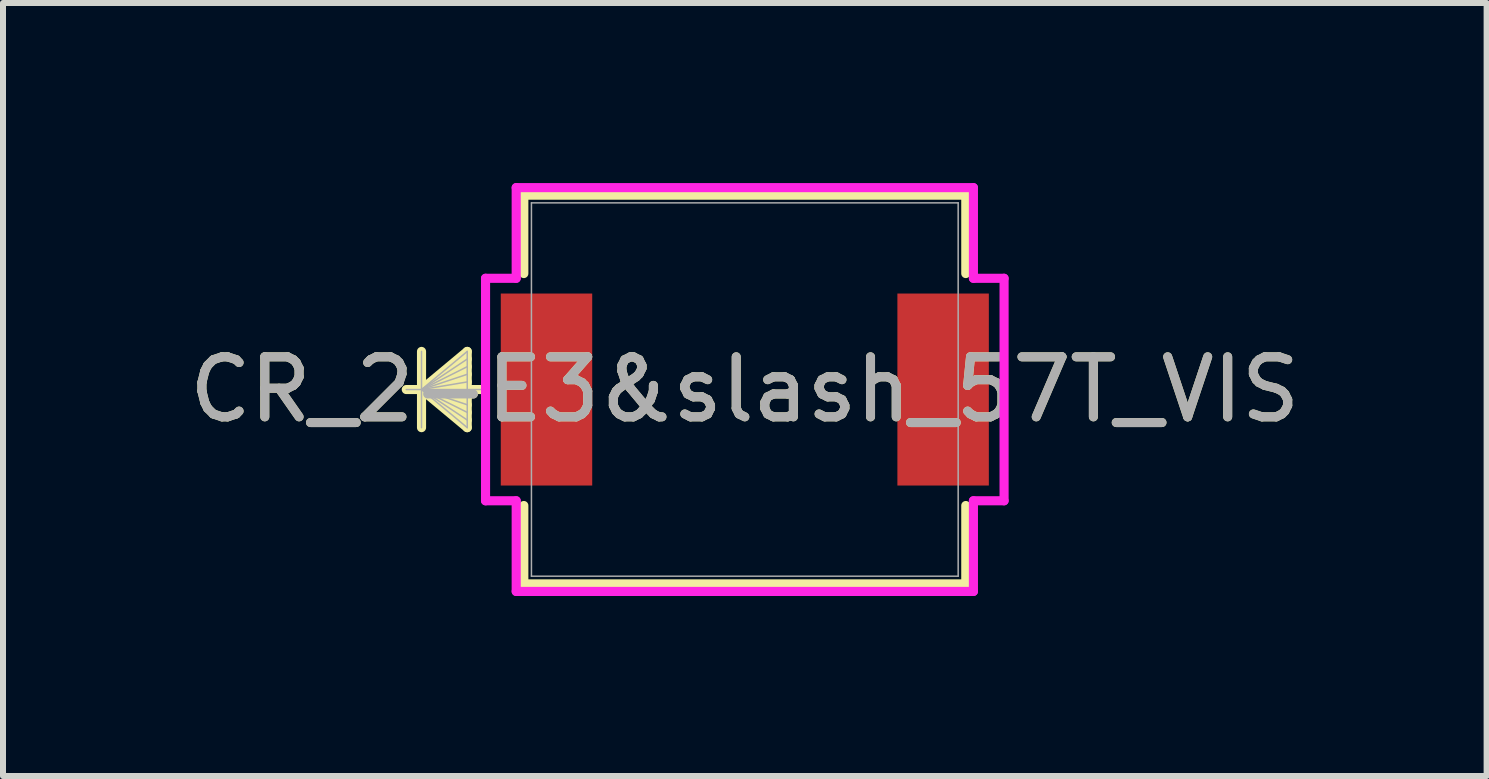
<source format=kicad_pcb>
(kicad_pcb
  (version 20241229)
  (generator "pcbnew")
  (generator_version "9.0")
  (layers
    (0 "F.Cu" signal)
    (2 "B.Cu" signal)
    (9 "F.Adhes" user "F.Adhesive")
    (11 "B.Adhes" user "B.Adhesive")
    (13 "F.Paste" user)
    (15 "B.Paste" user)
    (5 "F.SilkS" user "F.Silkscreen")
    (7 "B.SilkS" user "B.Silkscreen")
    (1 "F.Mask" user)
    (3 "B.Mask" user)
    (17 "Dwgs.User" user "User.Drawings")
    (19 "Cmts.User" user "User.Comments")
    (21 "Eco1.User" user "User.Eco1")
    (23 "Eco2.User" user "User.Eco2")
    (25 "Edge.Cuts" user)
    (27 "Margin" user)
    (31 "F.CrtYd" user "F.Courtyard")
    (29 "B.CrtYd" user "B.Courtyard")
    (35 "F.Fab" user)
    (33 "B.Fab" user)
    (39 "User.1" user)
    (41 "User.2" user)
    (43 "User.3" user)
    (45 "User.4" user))
  (footprint "CR_2-E3&slash_57T_VIS"
    (layer "F.Cu")
    (at 9.363 3.442)
    (property "Reference" "CR_2-E3&slash_57T_VIS" (at 0 0 0) (unlocked yes) (layer "F.SilkS") (effects (font (size 1 1) (thickness 0.15))))
    (attr smd)
    (fp_line (start -5.388 -0.635) (end -5.388 0.635) (stroke (width 0.152) (type solid)) (layer "F.SilkS"))
    (fp_line (start -5.388 0) (end -4.626 -0.635) (stroke (width 0.152) (type solid)) (layer "F.SilkS"))
    (fp_line (start -5.388 0) (end -4.626 -0.508) (stroke (width 0.152) (type solid)) (layer "F.SilkS"))
    (fp_line (start -5.388 0) (end -4.626 -0.381) (stroke (width 0.152) (type solid)) (layer "F.SilkS"))
    (fp_line (start -5.388 0) (end -4.626 -0.254) (stroke (width 0.152) (type solid)) (layer "F.SilkS"))
    (fp_line (start -5.388 0) (end -4.626 -0.127) (stroke (width 0.152) (type solid)) (layer "F.SilkS"))
    (fp_line (start -5.388 0) (end -4.626 0.127) (stroke (width 0.152) (type solid)) (layer "F.SilkS"))
    (fp_line (start -5.388 0) (end -4.626 0.254) (stroke (width 0.152) (type solid)) (layer "F.SilkS"))
    (fp_line (start -5.388 0) (end -4.626 0.381) (stroke (width 0.152) (type solid)) (layer "F.SilkS"))
    (fp_line (start -5.388 0) (end -4.626 0.508) (stroke (width 0.152) (type solid)) (layer "F.SilkS"))
    (fp_line (start -5.388 0) (end -4.626 0.635) (stroke (width 0.152) (type solid)) (layer "F.SilkS"))
    (fp_line (start -4.626 -0.635) (end -4.626 0.635) (stroke (width 0.152) (type solid)) (layer "F.SilkS"))
    (fp_line (start -4.4 0) (end -5.642 0) (stroke (width 0.152) (type solid)) (layer "F.SilkS"))
    (fp_line (start -3.683 -3.239) (end -3.683 -1.933) (stroke (width 0.152) (type solid)) (layer "F.SilkS"))
    (fp_line (start -3.683 1.933) (end -3.683 3.239) (stroke (width 0.152) (type solid)) (layer "F.SilkS"))
    (fp_line (start -3.683 3.239) (end 3.683 3.239) (stroke (width 0.152) (type solid)) (layer "F.SilkS"))
    (fp_line (start 3.683 -3.239) (end -3.683 -3.239) (stroke (width 0.152) (type solid)) (layer "F.SilkS"))
    (fp_line (start 3.683 -1.933) (end 3.683 -3.239) (stroke (width 0.152) (type solid)) (layer "F.SilkS"))
    (fp_line (start 3.683 3.239) (end 3.683 1.933) (stroke (width 0.152) (type solid)) (layer "F.SilkS"))
    (fp_line (start -4.321 -1.854) (end -3.81 -1.854) (stroke (width 0.152) (type solid)) (layer "F.CrtYd"))
    (fp_line (start -4.321 1.854) (end -4.321 -1.854) (stroke (width 0.152) (type solid)) (layer "F.CrtYd"))
    (fp_line (start -3.81 -3.365) (end 3.81 -3.365) (stroke (width 0.152) (type solid)) (layer "F.CrtYd"))
    (fp_line (start -3.81 -1.854) (end -3.81 -3.365) (stroke (width 0.152) (type solid)) (layer "F.CrtYd"))
    (fp_line (start -3.81 1.854) (end -4.321 1.854) (stroke (width 0.152) (type solid)) (layer "F.CrtYd"))
    (fp_line (start -3.81 3.365) (end -3.81 1.854) (stroke (width 0.152) (type solid)) (layer "F.CrtYd"))
    (fp_line (start 3.81 -3.365) (end 3.81 -1.854) (stroke (width 0.152) (type solid)) (layer "F.CrtYd"))
    (fp_line (start 3.81 -1.854) (end 4.321 -1.854) (stroke (width 0.152) (type solid)) (layer "F.CrtYd"))
    (fp_line (start 3.81 1.854) (end 3.81 3.365) (stroke (width 0.152) (type solid)) (layer "F.CrtYd"))
    (fp_line (start 3.81 3.365) (end -3.81 3.365) (stroke (width 0.152) (type solid)) (layer "F.CrtYd"))
    (fp_line (start 4.321 -1.854) (end 4.321 1.854) (stroke (width 0.152) (type solid)) (layer "F.CrtYd"))
    (fp_line (start 4.321 1.854) (end 3.81 1.854) (stroke (width 0.152) (type solid)) (layer "F.CrtYd"))
    (fp_line (start -5.388 -0.635) (end -5.388 0.635) (stroke (width 0.025) (type solid)) (layer "F.Fab"))
    (fp_line (start -5.388 0) (end -4.626 -0.635) (stroke (width 0.025) (type solid)) (layer "F.Fab"))
    (fp_line (start -5.388 0) (end -4.626 -0.508) (stroke (width 0.025) (type solid)) (layer "F.Fab"))
    (fp_line (start -5.388 0) (end -4.626 -0.381) (stroke (width 0.025) (type solid)) (layer "F.Fab"))
    (fp_line (start -5.388 0) (end -4.626 -0.254) (stroke (width 0.025) (type solid)) (layer "F.Fab"))
    (fp_line (start -5.388 0) (end -4.626 -0.127) (stroke (width 0.025) (type solid)) (layer "F.Fab"))
    (fp_line (start -5.388 0) (end -4.626 0.127) (stroke (width 0.025) (type solid)) (layer "F.Fab"))
    (fp_line (start -5.388 0) (end -4.626 0.254) (stroke (width 0.025) (type solid)) (layer "F.Fab"))
    (fp_line (start -5.388 0) (end -4.626 0.381) (stroke (width 0.025) (type solid)) (layer "F.Fab"))
    (fp_line (start -5.388 0) (end -4.626 0.508) (stroke (width 0.025) (type solid)) (layer "F.Fab"))
    (fp_line (start -5.388 0) (end -4.626 0.635) (stroke (width 0.025) (type solid)) (layer "F.Fab"))
    (fp_line (start -4.626 -0.635) (end -4.626 0.635) (stroke (width 0.025) (type solid)) (layer "F.Fab"))
    (fp_line (start -4.372 0) (end -5.642 0) (stroke (width 0.025) (type solid)) (layer "F.Fab"))
    (fp_line (start -3.556 -3.111) (end -3.556 3.111) (stroke (width 0.025) (type solid)) (layer "F.Fab"))
    (fp_line (start -3.556 3.111) (end 3.556 3.111) (stroke (width 0.025) (type solid)) (layer "F.Fab"))
    (fp_line (start 3.556 -3.111) (end -3.556 -3.111) (stroke (width 0.025) (type solid)) (layer "F.Fab"))
    (fp_line (start 3.556 3.111) (end 3.556 -3.111) (stroke (width 0.025) (type solid)) (layer "F.Fab"))
    (fp_text user "${REFERENCE}" (at 0 0 0) (unlocked yes) (layer "F.Fab") (effects (font (size 1 1) (thickness 0.15))))
    (pad "1" smd rect (at -3.305 0) (size 1.524 3.2) (layers "F.Cu" "F.Mask" "F.Paste"))
    (pad "2" smd rect (at 3.305 0) (size 1.524 3.2) (layers "F.Cu" "F.Mask" "F.Paste"))
    (zone (net_name "") (layer "F.Cu") (hatch full 0.508) (connect_pads) (min_thickness 0.254) (filled_areas_thickness no) (keepout (tracks not_allowed) (vias not_allowed) (pads allowed) (copperpour not_allowed) (footprints allowed)) (placement (enabled no)) (fill) (polygon (pts (xy 5.858 0.381) (xy 12.868 0.381) (xy 12.868 1.791) (xy 5.858 1.791))))
    (zone (net_name "") (layer "F.Cu") (hatch full 0.508) (connect_pads) (min_thickness 0.254) (filled_areas_thickness no) (keepout (tracks not_allowed) (vias not_allowed) (pads allowed) (copperpour not_allowed) (footprints allowed)) (placement (enabled no)) (fill) (polygon (pts (xy 5.858 5.093) (xy 12.868 5.093) (xy 12.868 6.502) (xy 5.858 6.502))))
    (zone (net_name "") (layer "F.Cu") (hatch full 0.508) (connect_pads) (min_thickness 0.254) (filled_areas_thickness no) (keepout (tracks not_allowed) (vias not_allowed) (pads allowed) (copperpour not_allowed) (footprints allowed)) (placement (enabled no)) (fill) (polygon (pts (xy 6.617 1.791) (xy 12.109 1.791) (xy 12.109 5.093) (xy 6.617 5.093)))))
  (gr_rect
    (start -3 -3)
    (end 21.726 9.883)
    (stroke (width 0.1) (type default))
    (fill no)
    (layer "Edge.Cuts")))
</source>
